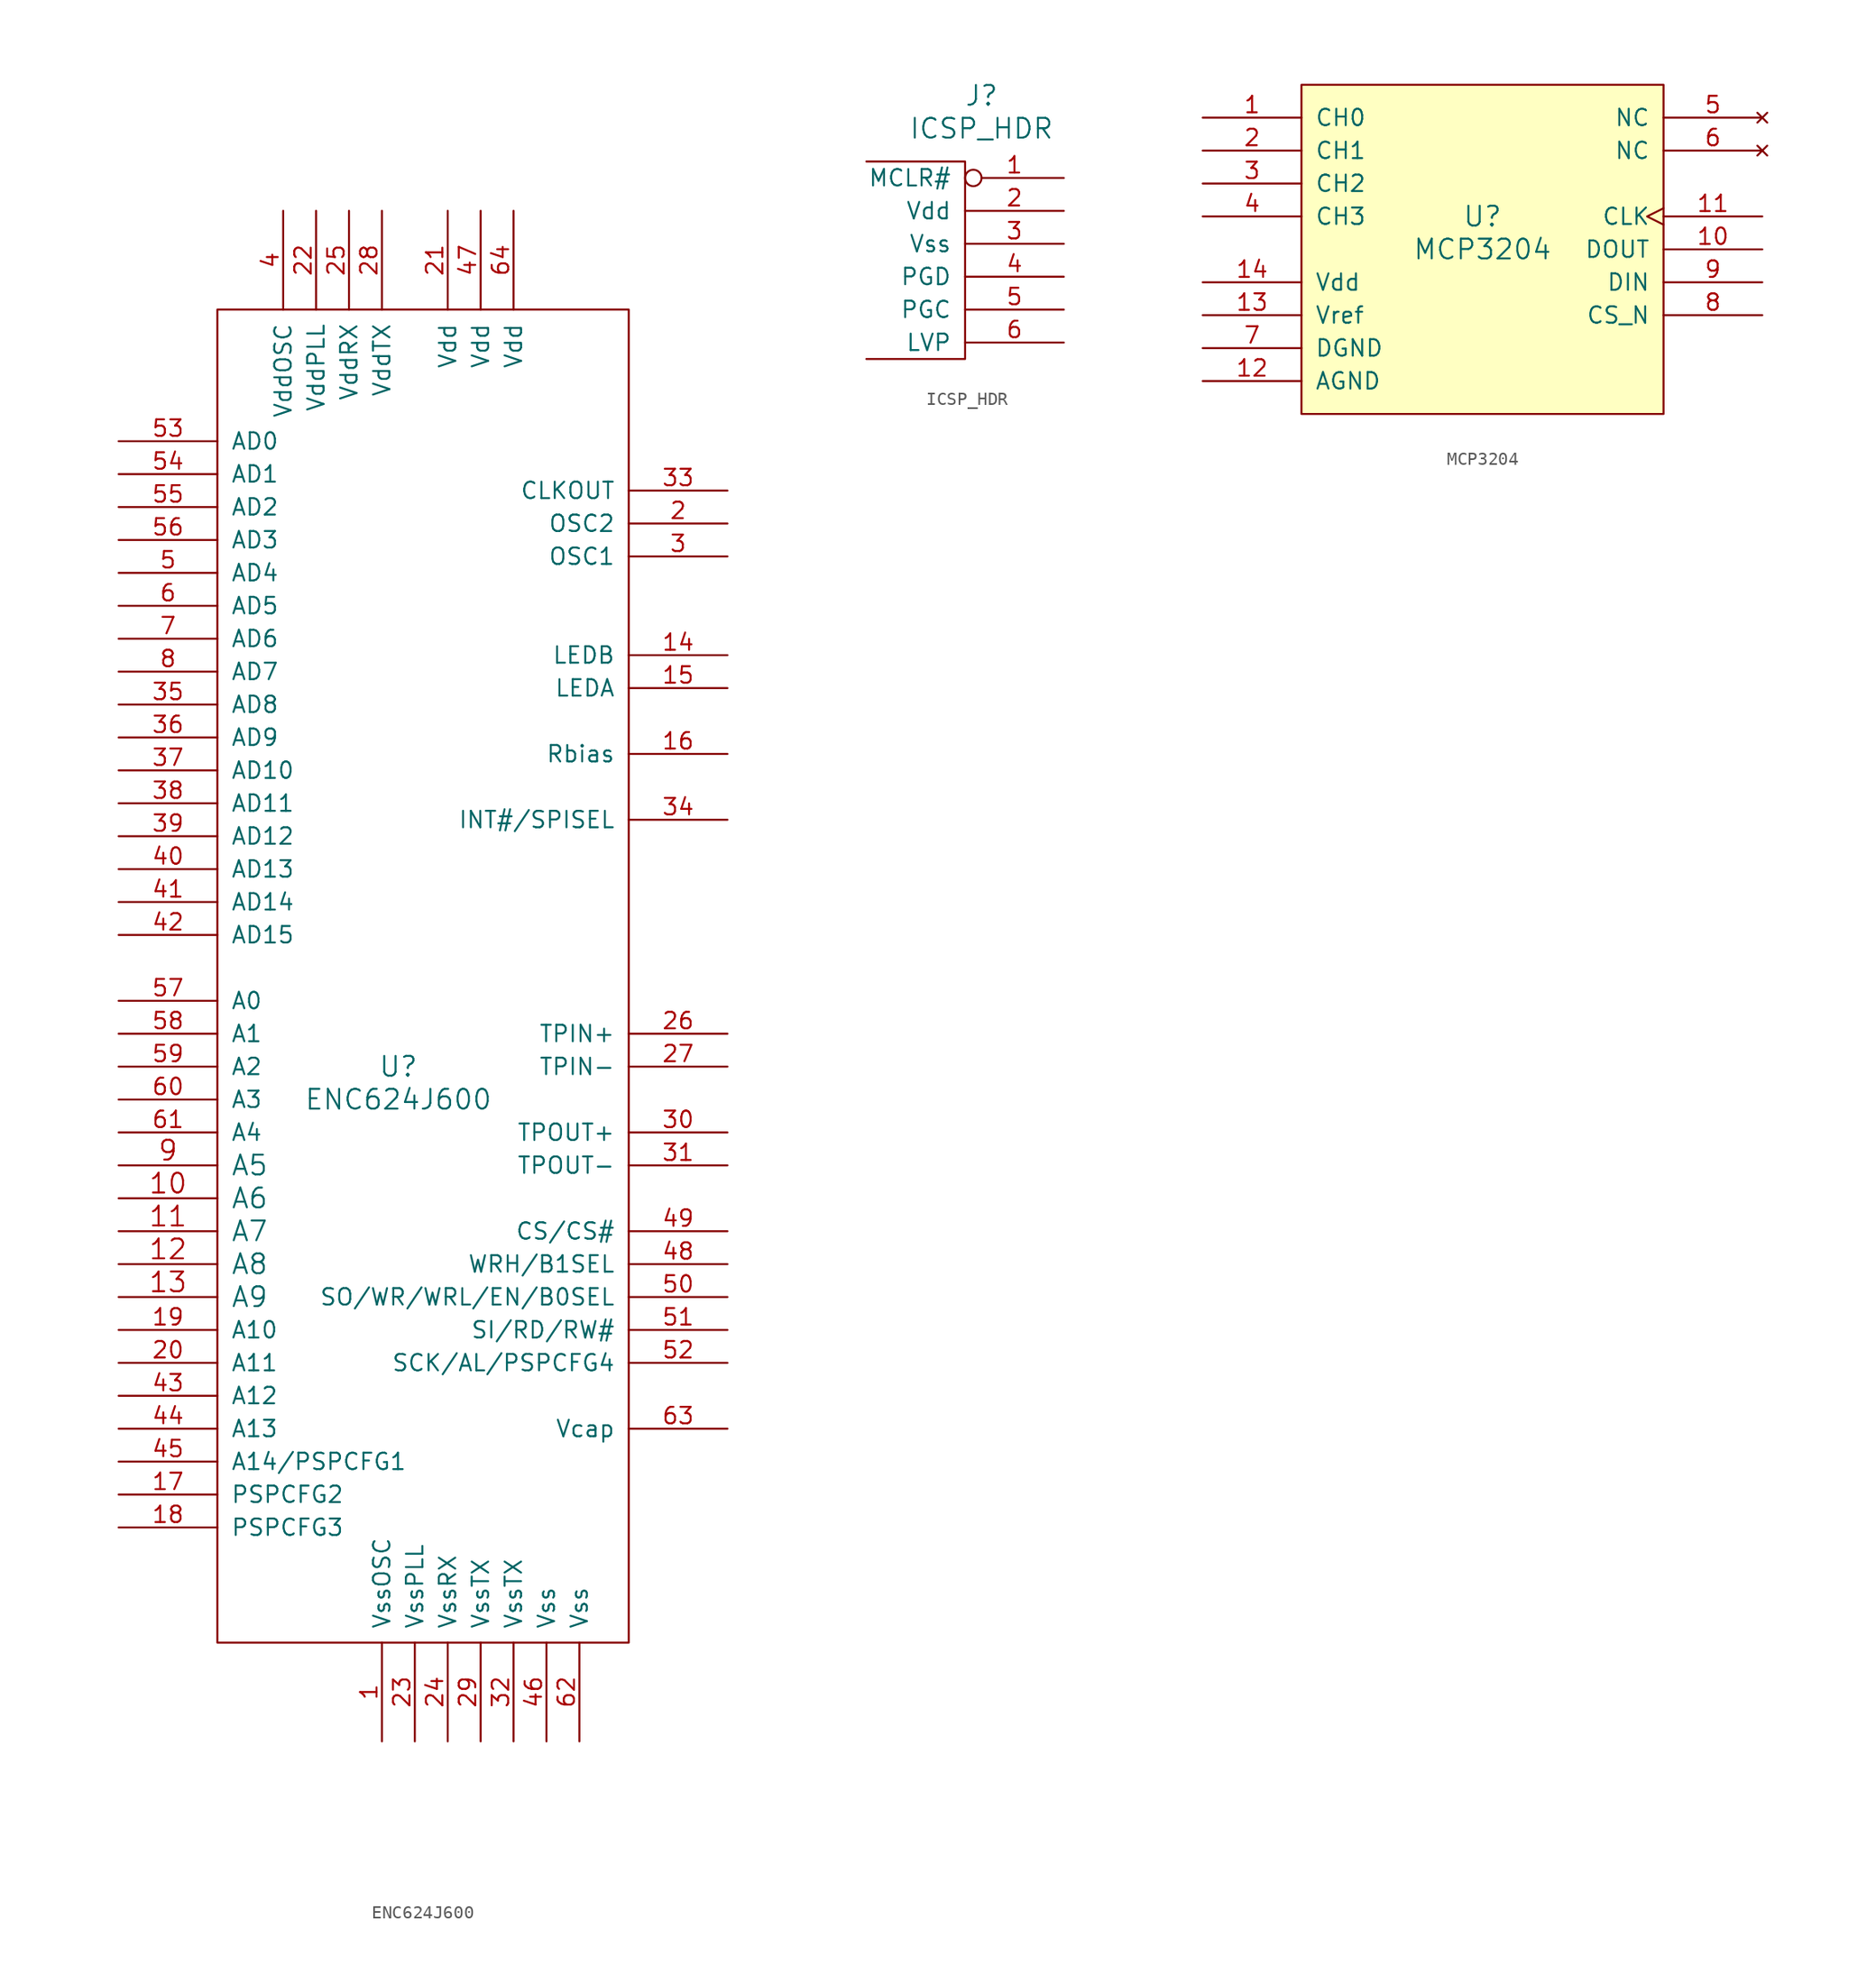
<source format=kicad_sym>
(kicad_symbol_lib
  (version 20211014)
  (generator kicad_symbol_editor)
  (symbol "ENC624J600"
    (pin_names
      (offset 1.016))
    (property "Reference" "U"
      (at 0 -11.43 0)
      (effects (font (size 1.524 1.524))))
    (property "Value" "ENC624J600"
      (at 0 -13.97 0)
      (effects (font (size 1.524 1.524))))
    (symbol "ENC624J600_0_1"
      (rectangle (start -13.97 46.99) (end 17.78 -55.88) (stroke (width 0) (type default) (color 0 0 0 0)) (fill (type none))))
    (symbol "ENC624J600_1_1"
      (pin power_in line (at -1.27 -63.5 90) (length 7.62) (name "VssOSC" (effects (font (size 1.27 1.27)))) (number "1" (effects (font (size 1.27 1.27)))))
      (pin input line (at -21.59 -21.59 0) (length 7.62) (name "A6" (effects (font (size 1.524 1.524)))) (number "10" (effects (font (size 1.524 1.524)))))
      (pin input line (at -21.59 -24.13 0) (length 7.62) (name "A7" (effects (font (size 1.524 1.524)))) (number "11" (effects (font (size 1.524 1.524)))))
      (pin input line (at -21.59 -26.67 0) (length 7.62) (name "A8" (effects (font (size 1.524 1.524)))) (number "12" (effects (font (size 1.524 1.524)))))
      (pin input line (at -21.59 -29.21 0) (length 7.62) (name "A9" (effects (font (size 1.524 1.524)))) (number "13" (effects (font (size 1.524 1.524)))))
      (pin output line (at 25.4 20.32 180) (length 7.62) (name "LEDB" (effects (font (size 1.27 1.27)))) (number "14" (effects (font (size 1.27 1.27)))))
      (pin output line (at 25.4 17.78 180) (length 7.62) (name "LEDA" (effects (font (size 1.27 1.27)))) (number "15" (effects (font (size 1.27 1.27)))))
      (pin bidirectional line (at 25.4 12.7 180) (length 7.62) (name "Rbias" (effects (font (size 1.27 1.27)))) (number "16" (effects (font (size 1.27 1.27)))))
      (pin input line (at -21.59 -44.45 0) (length 7.62) (name "PSPCFG2" (effects (font (size 1.27 1.27)))) (number "17" (effects (font (size 1.27 1.27)))))
      (pin input line (at -21.59 -46.99 0) (length 7.62) (name "PSPCFG3" (effects (font (size 1.27 1.27)))) (number "18" (effects (font (size 1.27 1.27)))))
      (pin input line (at -21.59 -31.75 0) (length 7.62) (name "A10" (effects (font (size 1.27 1.27)))) (number "19" (effects (font (size 1.27 1.27)))))
      (pin input line (at 25.4 30.48 180) (length 7.62) (name "OSC2" (effects (font (size 1.27 1.27)))) (number "2" (effects (font (size 1.27 1.27)))))
      (pin input line (at -21.59 -34.29 0) (length 7.62) (name "A11" (effects (font (size 1.27 1.27)))) (number "20" (effects (font (size 1.27 1.27)))))
      (pin power_in line (at 3.81 54.61 270) (length 7.62) (name "Vdd" (effects (font (size 1.27 1.27)))) (number "21" (effects (font (size 1.27 1.27)))))
      (pin power_in line (at -6.35 54.61 270) (length 7.62) (name "VddPLL" (effects (font (size 1.27 1.27)))) (number "22" (effects (font (size 1.27 1.27)))))
      (pin power_in line (at 1.27 -63.5 90) (length 7.62) (name "VssPLL" (effects (font (size 1.27 1.27)))) (number "23" (effects (font (size 1.27 1.27)))))
      (pin power_in line (at 3.81 -63.5 90) (length 7.62) (name "VssRX" (effects (font (size 1.27 1.27)))) (number "24" (effects (font (size 1.27 1.27)))))
      (pin power_in line (at -3.81 54.61 270) (length 7.62) (name "VddRX" (effects (font (size 1.27 1.27)))) (number "25" (effects (font (size 1.27 1.27)))))
      (pin input line (at 25.4 -8.89 180) (length 7.62) (name "TPIN+" (effects (font (size 1.27 1.27)))) (number "26" (effects (font (size 1.27 1.27)))))
      (pin input line (at 25.4 -11.43 180) (length 7.62) (name "TPIN-" (effects (font (size 1.27 1.27)))) (number "27" (effects (font (size 1.27 1.27)))))
      (pin power_in line (at -1.27 54.61 270) (length 7.62) (name "VddTX" (effects (font (size 1.27 1.27)))) (number "28" (effects (font (size 1.27 1.27)))))
      (pin power_in line (at 6.35 -63.5 90) (length 7.62) (name "VssTX" (effects (font (size 1.27 1.27)))) (number "29" (effects (font (size 1.27 1.27)))))
      (pin input line (at 25.4 27.94 180) (length 7.62) (name "OSC1" (effects (font (size 1.27 1.27)))) (number "3" (effects (font (size 1.27 1.27)))))
      (pin output line (at 25.4 -16.51 180) (length 7.62) (name "TPOUT+" (effects (font (size 1.27 1.27)))) (number "30" (effects (font (size 1.27 1.27)))))
      (pin output line (at 25.4 -19.05 180) (length 7.62) (name "TPOUT-" (effects (font (size 1.27 1.27)))) (number "31" (effects (font (size 1.27 1.27)))))
      (pin power_in line (at 8.89 -63.5 90) (length 7.62) (name "VssTX" (effects (font (size 1.27 1.27)))) (number "32" (effects (font (size 1.27 1.27)))))
      (pin output line (at 25.4 33.02 180) (length 7.62) (name "CLKOUT" (effects (font (size 1.27 1.27)))) (number "33" (effects (font (size 1.27 1.27)))))
      (pin bidirectional line (at 25.4 7.62 180) (length 7.62) (name "INT#/SPISEL" (effects (font (size 1.27 1.27)))) (number "34" (effects (font (size 1.27 1.27)))))
      (pin bidirectional line (at -21.59 16.51 0) (length 7.62) (name "AD8" (effects (font (size 1.27 1.27)))) (number "35" (effects (font (size 1.27 1.27)))))
      (pin bidirectional line (at -21.59 13.97 0) (length 7.62) (name "AD9" (effects (font (size 1.27 1.27)))) (number "36" (effects (font (size 1.27 1.27)))))
      (pin bidirectional line (at -21.59 11.43 0) (length 7.62) (name "AD10" (effects (font (size 1.27 1.27)))) (number "37" (effects (font (size 1.27 1.27)))))
      (pin bidirectional line (at -21.59 8.89 0) (length 7.62) (name "AD11" (effects (font (size 1.27 1.27)))) (number "38" (effects (font (size 1.27 1.27)))))
      (pin bidirectional line (at -21.59 6.35 0) (length 7.62) (name "AD12" (effects (font (size 1.27 1.27)))) (number "39" (effects (font (size 1.27 1.27)))))
      (pin power_in line (at -8.89 54.61 270) (length 7.62) (name "VddOSC" (effects (font (size 1.27 1.27)))) (number "4" (effects (font (size 1.27 1.27)))))
      (pin bidirectional line (at -21.59 3.81 0) (length 7.62) (name "AD13" (effects (font (size 1.27 1.27)))) (number "40" (effects (font (size 1.27 1.27)))))
      (pin bidirectional line (at -21.59 1.27 0) (length 7.62) (name "AD14" (effects (font (size 1.27 1.27)))) (number "41" (effects (font (size 1.27 1.27)))))
      (pin bidirectional line (at -21.59 -1.27 0) (length 7.62) (name "AD15" (effects (font (size 1.27 1.27)))) (number "42" (effects (font (size 1.27 1.27)))))
      (pin input line (at -21.59 -36.83 0) (length 7.62) (name "A12" (effects (font (size 1.27 1.27)))) (number "43" (effects (font (size 1.27 1.27)))))
      (pin input line (at -21.59 -39.37 0) (length 7.62) (name "A13" (effects (font (size 1.27 1.27)))) (number "44" (effects (font (size 1.27 1.27)))))
      (pin input line (at -21.59 -41.91 0) (length 7.62) (name "A14/PSPCFG1" (effects (font (size 1.27 1.27)))) (number "45" (effects (font (size 1.27 1.27)))))
      (pin power_in line (at 11.43 -63.5 90) (length 7.62) (name "Vss" (effects (font (size 1.27 1.27)))) (number "46" (effects (font (size 1.27 1.27)))))
      (pin power_in line (at 6.35 54.61 270) (length 7.62) (name "Vdd" (effects (font (size 1.27 1.27)))) (number "47" (effects (font (size 1.27 1.27)))))
      (pin bidirectional line (at 25.4 -26.67 180) (length 7.62) (name "WRH/B1SEL" (effects (font (size 1.27 1.27)))) (number "48" (effects (font (size 1.27 1.27)))))
      (pin input line (at 25.4 -24.13 180) (length 7.62) (name "CS/CS#" (effects (font (size 1.27 1.27)))) (number "49" (effects (font (size 1.27 1.27)))))
      (pin bidirectional line (at -21.59 26.67 0) (length 7.62) (name "AD4" (effects (font (size 1.27 1.27)))) (number "5" (effects (font (size 1.27 1.27)))))
      (pin bidirectional line (at 25.4 -29.21 180) (length 7.62) (name "SO/WR/WRL/EN/B0SEL" (effects (font (size 1.27 1.27)))) (number "50" (effects (font (size 1.27 1.27)))))
      (pin bidirectional line (at 25.4 -31.75 180) (length 7.62) (name "SI/RD/RW#" (effects (font (size 1.27 1.27)))) (number "51" (effects (font (size 1.27 1.27)))))
      (pin input line (at 25.4 -34.29 180) (length 7.62) (name "SCK/AL/PSPCFG4" (effects (font (size 1.27 1.27)))) (number "52" (effects (font (size 1.27 1.27)))))
      (pin bidirectional line (at -21.59 36.83 0) (length 7.62) (name "AD0" (effects (font (size 1.27 1.27)))) (number "53" (effects (font (size 1.27 1.27)))))
      (pin bidirectional line (at -21.59 34.29 0) (length 7.62) (name "AD1" (effects (font (size 1.27 1.27)))) (number "54" (effects (font (size 1.27 1.27)))))
      (pin bidirectional line (at -21.59 31.75 0) (length 7.62) (name "AD2" (effects (font (size 1.27 1.27)))) (number "55" (effects (font (size 1.27 1.27)))))
      (pin bidirectional line (at -21.59 29.21 0) (length 7.62) (name "AD3" (effects (font (size 1.27 1.27)))) (number "56" (effects (font (size 1.27 1.27)))))
      (pin input line (at -21.59 -6.35 0) (length 7.62) (name "A0" (effects (font (size 1.27 1.27)))) (number "57" (effects (font (size 1.27 1.27)))))
      (pin input line (at -21.59 -8.89 0) (length 7.62) (name "A1" (effects (font (size 1.27 1.27)))) (number "58" (effects (font (size 1.27 1.27)))))
      (pin input line (at -21.59 -11.43 0) (length 7.62) (name "A2" (effects (font (size 1.27 1.27)))) (number "59" (effects (font (size 1.27 1.27)))))
      (pin bidirectional line (at -21.59 24.13 0) (length 7.62) (name "AD5" (effects (font (size 1.27 1.27)))) (number "6" (effects (font (size 1.27 1.27)))))
      (pin input line (at -21.59 -13.97 0) (length 7.62) (name "A3" (effects (font (size 1.27 1.27)))) (number "60" (effects (font (size 1.27 1.27)))))
      (pin input line (at -21.59 -16.51 0) (length 7.62) (name "A4" (effects (font (size 1.27 1.27)))) (number "61" (effects (font (size 1.27 1.27)))))
      (pin power_in line (at 13.97 -63.5 90) (length 7.62) (name "Vss" (effects (font (size 1.27 1.27)))) (number "62" (effects (font (size 1.27 1.27)))))
      (pin power_out line (at 25.4 -39.37 180) (length 7.62) (name "Vcap" (effects (font (size 1.27 1.27)))) (number "63" (effects (font (size 1.27 1.27)))))
      (pin power_in line (at 8.89 54.61 270) (length 7.62) (name "Vdd" (effects (font (size 1.27 1.27)))) (number "64" (effects (font (size 1.27 1.27)))))
      (pin bidirectional line (at -21.59 21.59 0) (length 7.62) (name "AD6" (effects (font (size 1.27 1.27)))) (number "7" (effects (font (size 1.27 1.27)))))
      (pin bidirectional line (at -21.59 19.05 0) (length 7.62) (name "AD7" (effects (font (size 1.27 1.27)))) (number "8" (effects (font (size 1.27 1.27)))))
      (pin input line (at -21.59 -19.05 0) (length 7.62) (name "A5" (effects (font (size 1.524 1.524)))) (number "9" (effects (font (size 1.524 1.524)))))))
  (symbol "ICSP_HDR"
    (pin_names
      (offset 1.016))
    (property "Reference" "J"
      (at 0 16.51 0)
      (effects (font (size 1.524 1.524))))
    (property "Value" "ICSP_HDR"
      (at 0 13.97 0)
      (effects (font (size 1.524 1.524))))
    (symbol "ICSP_HDR_0_1"
      (polyline (pts (xy -8.89 11.43) (xy -1.27 11.43) (xy -1.27 -3.81) (xy -8.89 -3.81)) (stroke (width 0) (type default) (color 0 0 0 0)) (fill (type none))))
    (symbol "ICSP_HDR_1_1"
      (pin input inverted (at 6.35 10.16 180) (length 7.62) (name "MCLR#" (effects (font (size 1.27 1.27)))) (number "1" (effects (font (size 1.27 1.27)))))
      (pin power_in line (at 6.35 7.62 180) (length 7.62) (name "Vdd" (effects (font (size 1.27 1.27)))) (number "2" (effects (font (size 1.27 1.27)))))
      (pin power_in line (at 6.35 5.08 180) (length 7.62) (name "Vss" (effects (font (size 1.27 1.27)))) (number "3" (effects (font (size 1.27 1.27)))))
      (pin bidirectional line (at 6.35 2.54 180) (length 7.62) (name "PGD" (effects (font (size 1.27 1.27)))) (number "4" (effects (font (size 1.27 1.27)))))
      (pin output line (at 6.35 0 180) (length 7.62) (name "PGC" (effects (font (size 1.27 1.27)))) (number "5" (effects (font (size 1.27 1.27)))))
      (pin output line (at 6.35 -2.54 180) (length 7.62) (name "LVP" (effects (font (size 1.27 1.27)))) (number "6" (effects (font (size 1.27 1.27)))))))
  (symbol "MCP3204"
    (pin_names
      (offset 1.016))
    (property "Reference" "U"
      (at 0 1.27 0)
      (effects (font (size 1.524 1.524))))
    (property "Value" "MCP3204"
      (at 0 -1.27 0)
      (effects (font (size 1.524 1.524))))
    (symbol "MCP3204_0_1"
      (rectangle (start -13.97 11.43) (end 13.97 -13.97) (stroke (width 0) (type default) (color 0 0 0 0)) (fill (type background))))
    (symbol "MCP3204_1_1"
      (pin input line (at -21.59 8.89 0) (length 7.62) (name "CH0" (effects (font (size 1.27 1.27)))) (number "1" (effects (font (size 1.27 1.27)))))
      (pin output line (at 21.59 -1.27 180) (length 7.62) (name "DOUT" (effects (font (size 1.27 1.27)))) (number "10" (effects (font (size 1.27 1.27)))))
      (pin input clock (at 21.59 1.27 180) (length 7.62) (name "CLK" (effects (font (size 1.27 1.27)))) (number "11" (effects (font (size 1.27 1.27)))))
      (pin power_in line (at -21.59 -11.43 0) (length 7.62) (name "AGND" (effects (font (size 1.27 1.27)))) (number "12" (effects (font (size 1.27 1.27)))))
      (pin input line (at -21.59 -6.35 0) (length 7.62) (name "Vref" (effects (font (size 1.27 1.27)))) (number "13" (effects (font (size 1.27 1.27)))))
      (pin power_in line (at -21.59 -3.81 0) (length 7.62) (name "Vdd" (effects (font (size 1.27 1.27)))) (number "14" (effects (font (size 1.27 1.27)))))
      (pin input line (at -21.59 6.35 0) (length 7.62) (name "CH1" (effects (font (size 1.27 1.27)))) (number "2" (effects (font (size 1.27 1.27)))))
      (pin input line (at -21.59 3.81 0) (length 7.62) (name "CH2" (effects (font (size 1.27 1.27)))) (number "3" (effects (font (size 1.27 1.27)))))
      (pin input line (at -21.59 1.27 0) (length 7.62) (name "CH3" (effects (font (size 1.27 1.27)))) (number "4" (effects (font (size 1.27 1.27)))))
      (pin no_connect line (at 21.59 8.89 180) (length 7.62) (name "NC" (effects (font (size 1.27 1.27)))) (number "5" (effects (font (size 1.27 1.27)))))
      (pin no_connect line (at 21.59 6.35 180) (length 7.62) (name "NC" (effects (font (size 1.27 1.27)))) (number "6" (effects (font (size 1.27 1.27)))))
      (pin power_in line (at -21.59 -8.89 0) (length 7.62) (name "DGND" (effects (font (size 1.27 1.27)))) (number "7" (effects (font (size 1.27 1.27)))))
      (pin input line (at 21.59 -6.35 180) (length 7.62) (name "CS_N" (effects (font (size 1.27 1.27)))) (number "8" (effects (font (size 1.27 1.27)))))
      (pin input line (at 21.59 -3.81 180) (length 7.62) (name "DIN" (effects (font (size 1.27 1.27)))) (number "9" (effects (font (size 1.27 1.27))))))))
</source>
